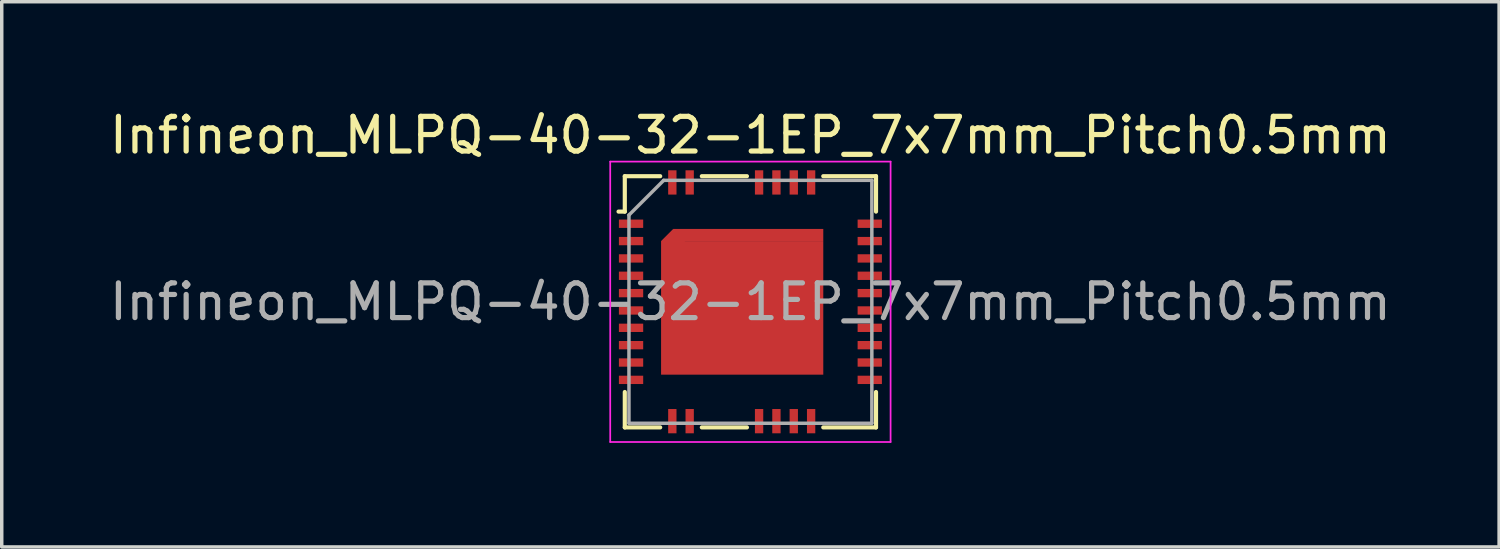
<source format=kicad_pcb>
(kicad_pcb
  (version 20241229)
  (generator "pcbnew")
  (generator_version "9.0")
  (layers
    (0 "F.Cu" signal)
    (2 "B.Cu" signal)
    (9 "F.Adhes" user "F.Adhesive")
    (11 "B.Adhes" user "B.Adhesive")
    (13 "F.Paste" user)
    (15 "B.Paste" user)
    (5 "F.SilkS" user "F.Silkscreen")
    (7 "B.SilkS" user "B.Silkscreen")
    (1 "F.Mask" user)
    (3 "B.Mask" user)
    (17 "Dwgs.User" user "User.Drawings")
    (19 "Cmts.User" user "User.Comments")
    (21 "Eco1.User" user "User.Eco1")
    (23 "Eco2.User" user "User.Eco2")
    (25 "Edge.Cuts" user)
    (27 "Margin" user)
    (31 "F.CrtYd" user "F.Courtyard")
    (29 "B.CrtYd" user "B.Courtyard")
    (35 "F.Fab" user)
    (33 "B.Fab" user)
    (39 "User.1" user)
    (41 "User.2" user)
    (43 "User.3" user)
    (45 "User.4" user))
  (footprint "Infineon_MLPQ-40-32-1EP_7x7mm_Pitch0.5mm"
    (layer "F.Cu")
    (at 18.577 5.648)
    (property "Reference" "Infineon_MLPQ-40-32-1EP_7x7mm_Pitch0.5mm" (at 0 -4.8 0) (layer "F.SilkS") (effects (font (size 1 1) (thickness 0.15))))
    (attr smd)
    (fp_line (start -3.8 -2.6) (end -3.62 -2.6) (stroke (width 0.12) (type solid)) (layer "F.SilkS"))
    (fp_line (start -3.62 -3.62) (end -3.62 -2.6) (stroke (width 0.12) (type solid)) (layer "F.SilkS"))
    (fp_line (start -3.62 3.62) (end -3.62 2.6) (stroke (width 0.12) (type solid)) (layer "F.SilkS"))
    (fp_line (start -2.6 -3.62) (end -3.62 -3.62) (stroke (width 0.12) (type solid)) (layer "F.SilkS"))
    (fp_line (start -2.6 3.62) (end -3.62 3.62) (stroke (width 0.12) (type solid)) (layer "F.SilkS"))
    (fp_line (start -0.1 -3.62) (end -1.4 -3.62) (stroke (width 0.12) (type solid)) (layer "F.SilkS"))
    (fp_line (start -0.1 3.62) (end -1.4 3.62) (stroke (width 0.12) (type solid)) (layer "F.SilkS"))
    (fp_line (start 3.62 -3.62) (end 2.1 -3.62) (stroke (width 0.12) (type solid)) (layer "F.SilkS"))
    (fp_line (start 3.62 -3.62) (end 3.62 -2.6) (stroke (width 0.12) (type solid)) (layer "F.SilkS"))
    (fp_line (start 3.62 3.62) (end 2.1 3.62) (stroke (width 0.12) (type solid)) (layer "F.SilkS"))
    (fp_line (start 3.62 3.62) (end 3.62 2.6) (stroke (width 0.12) (type solid)) (layer "F.SilkS"))
    (fp_line (start -4.04 -4.04) (end 4.04 -4.04) (stroke (width 0.05) (type solid)) (layer "F.CrtYd"))
    (fp_line (start -4.04 4.04) (end -4.04 -4.04) (stroke (width 0.05) (type solid)) (layer "F.CrtYd"))
    (fp_line (start 4.04 -4.04) (end 4.04 4.04) (stroke (width 0.05) (type solid)) (layer "F.CrtYd"))
    (fp_line (start 4.04 4.04) (end -4.04 4.04) (stroke (width 0.05) (type solid)) (layer "F.CrtYd"))
    (fp_line (start -3.5 3.5) (end -3.5 -2.5) (stroke (width 0.1) (type solid)) (layer "F.Fab"))
    (fp_line (start -2.5 -3.5) (end -3.5 -2.5) (stroke (width 0.1) (type solid)) (layer "F.Fab"))
    (fp_line (start -2.5 -3.5) (end 3.5 -3.5) (stroke (width 0.1) (type solid)) (layer "F.Fab"))
    (fp_line (start 3.5 -3.5) (end 3.5 3.5) (stroke (width 0.1) (type solid)) (layer "F.Fab"))
    (fp_line (start 3.5 3.5) (end -3.5 3.5) (stroke (width 0.1) (type solid)) (layer "F.Fab"))
    (fp_text user "${REFERENCE}" (at 0 0 0) (layer "F.Fab") (effects (font (size 1 1) (thickness 0.15))))
    (pad "" smd rect (at -3.425 -2.25) (size 0.65 0.22) (layers "F.Paste"))
    (pad "" smd rect (at -3.425 -1.75) (size 0.65 0.22) (layers "F.Paste"))
    (pad "" smd rect (at -3.425 -1.25) (size 0.65 0.22) (layers "F.Paste"))
    (pad "" smd rect (at -3.425 -0.75) (size 0.65 0.22) (layers "F.Paste"))
    (pad "" smd rect (at -3.425 -0.25) (size 0.65 0.22) (layers "F.Paste"))
    (pad "" smd rect (at -3.425 0.25) (size 0.65 0.22) (layers "F.Paste"))
    (pad "" smd rect (at -3.425 0.75) (size 0.65 0.22) (layers "F.Paste"))
    (pad "" smd rect (at -3.425 1.25) (size 0.65 0.22) (layers "F.Paste"))
    (pad "" smd rect (at -3.425 1.75) (size 0.65 0.22) (layers "F.Paste"))
    (pad "" smd rect (at -3.425 2.25) (size 0.65 0.22) (layers "F.Paste"))
    (pad "" smd rect (at -2.25 -3.425) (size 0.22 0.65) (layers "F.Paste"))
    (pad "" smd rect (at -2.25 3.425) (size 0.22 0.65) (layers "F.Paste"))
    (pad "" smd rect (at -1.796 -1.4) (size 1.2 1.1) (layers "F.Paste"))
    (pad "" smd rect (at -1.796 0) (size 1.2 1.1) (layers "F.Paste"))
    (pad "" smd rect (at -1.796 1.4) (size 1.2 1.1) (layers "F.Paste"))
    (pad "" smd rect (at -1.75 -3.425) (size 0.22 0.65) (layers "F.Paste"))
    (pad "" smd rect (at -1.75 3.425) (size 0.22 0.65) (layers "F.Paste"))
    (pad "" smd rect (at -0.237 -1.4) (size 1.2 1.1) (layers "F.Paste"))
    (pad "" smd rect (at -0.237 0) (size 1.2 1.1) (layers "F.Paste"))
    (pad "" smd rect (at -0.237 1.4) (size 1.2 1.1) (layers "F.Paste"))
    (pad "" smd rect (at 0.25 -3.425) (size 0.22 0.65) (layers "F.Paste"))
    (pad "" smd rect (at 0.25 3.425) (size 0.22 0.65) (layers "F.Paste"))
    (pad "" smd rect (at 0.75 -3.425) (size 0.22 0.65) (layers "F.Paste"))
    (pad "" smd rect (at 0.75 3.425) (size 0.22 0.65) (layers "F.Paste"))
    (pad "" smd rect (at 1.25 -3.425) (size 0.22 0.65) (layers "F.Paste"))
    (pad "" smd rect (at 1.25 3.425) (size 0.22 0.65) (layers "F.Paste"))
    (pad "" smd rect (at 1.321 -1.4) (size 1.2 1.1) (layers "F.Paste"))
    (pad "" smd rect (at 1.321 0) (size 1.2 1.1) (layers "F.Paste"))
    (pad "" smd rect (at 1.321 1.4) (size 1.2 1.1) (layers "F.Paste"))
    (pad "" smd rect (at 1.75 -3.425) (size 0.22 0.65) (layers "F.Paste"))
    (pad "" smd rect (at 1.75 3.425) (size 0.22 0.65) (layers "F.Paste"))
    (pad "" smd rect (at 3.425 -2.25) (size 0.65 0.22) (layers "F.Paste"))
    (pad "" smd rect (at 3.425 -1.75) (size 0.65 0.22) (layers "F.Paste"))
    (pad "" smd rect (at 3.425 -1.25) (size 0.65 0.22) (layers "F.Paste"))
    (pad "" smd rect (at 3.425 -0.75) (size 0.65 0.22) (layers "F.Paste"))
    (pad "" smd rect (at 3.425 -0.25) (size 0.65 0.22) (layers "F.Paste"))
    (pad "" smd rect (at 3.425 0.25) (size 0.65 0.22) (layers "F.Paste"))
    (pad "" smd rect (at 3.425 0.75) (size 0.65 0.22) (layers "F.Paste"))
    (pad "" smd rect (at 3.425 1.25) (size 0.65 0.22) (layers "F.Paste"))
    (pad "" smd rect (at 3.425 1.75) (size 0.65 0.22) (layers "F.Paste"))
    (pad "" smd rect (at 3.425 2.25) (size 0.65 0.22) (layers "F.Paste"))
    (pad "1" smd rect (at -3.44 -2.25) (size 0.7 0.24) (layers "F.Cu" "F.Mask"))
    (pad "2" smd rect (at -3.44 -1.75) (size 0.7 0.24) (layers "F.Cu" "F.Mask"))
    (pad "3" smd rect (at -3.44 -1.25) (size 0.7 0.24) (layers "F.Cu" "F.Mask"))
    (pad "4" smd rect (at -3.44 -0.75) (size 0.7 0.24) (layers "F.Cu" "F.Mask"))
    (pad "5" smd rect (at -3.44 -0.25) (size 0.7 0.24) (layers "F.Cu" "F.Mask"))
    (pad "6" smd rect (at -3.44 0.25) (size 0.7 0.24) (layers "F.Cu" "F.Mask"))
    (pad "7" smd rect (at -3.44 0.75) (size 0.7 0.24) (layers "F.Cu" "F.Mask"))
    (pad "8" smd rect (at -3.44 1.25) (size 0.7 0.24) (layers "F.Cu" "F.Mask"))
    (pad "9" smd rect (at -3.44 1.75) (size 0.7 0.24) (layers "F.Cu" "F.Mask"))
    (pad "10" smd rect (at -3.44 2.25) (size 0.7 0.24) (layers "F.Cu" "F.Mask"))
    (pad "11" smd rect (at -2.25 3.44) (size 0.24 0.7) (layers "F.Cu" "F.Mask"))
    (pad "12" smd rect (at -1.75 3.44) (size 0.24 0.7) (layers "F.Cu" "F.Mask"))
    (pad "13" smd rect (at 0.25 3.44) (size 0.24 0.7) (layers "F.Cu" "F.Mask"))
    (pad "14" smd rect (at 0.75 3.44) (size 0.24 0.7) (layers "F.Cu" "F.Mask"))
    (pad "15" smd rect (at 1.25 3.44) (size 0.24 0.7) (layers "F.Cu" "F.Mask"))
    (pad "16" smd rect (at 1.75 3.44) (size 0.24 0.7) (layers "F.Cu" "F.Mask"))
    (pad "17" smd rect (at 3.44 2.25) (size 0.7 0.24) (layers "F.Cu" "F.Mask"))
    (pad "18" smd rect (at 3.44 1.75) (size 0.7 0.24) (layers "F.Cu" "F.Mask"))
    (pad "19" smd rect (at 3.44 1.25) (size 0.7 0.24) (layers "F.Cu" "F.Mask"))
    (pad "20" smd rect (at 3.44 0.75) (size 0.7 0.24) (layers "F.Cu" "F.Mask"))
    (pad "21" smd rect (at 3.44 0.25) (size 0.7 0.24) (layers "F.Cu" "F.Mask"))
    (pad "22" smd rect (at 3.44 -0.25) (size 0.7 0.24) (layers "F.Cu" "F.Mask"))
    (pad "23" smd rect (at 3.44 -0.75) (size 0.7 0.24) (layers "F.Cu" "F.Mask"))
    (pad "24" smd rect (at 3.44 -1.25) (size 0.7 0.24) (layers "F.Cu" "F.Mask"))
    (pad "25" smd rect (at 3.44 -1.75) (size 0.7 0.24) (layers "F.Cu" "F.Mask"))
    (pad "26" smd rect (at 3.44 -2.25) (size 0.7 0.24) (layers "F.Cu" "F.Mask"))
    (pad "27" smd rect (at 1.75 -3.44) (size 0.24 0.7) (layers "F.Cu" "F.Mask"))
    (pad "28" smd rect (at 1.25 -3.44) (size 0.24 0.7) (layers "F.Cu" "F.Mask"))
    (pad "29" smd rect (at 0.75 -3.44) (size 0.24 0.7) (layers "F.Cu" "F.Mask"))
    (pad "30" smd rect (at 0.25 -3.44) (size 0.24 0.7) (layers "F.Cu" "F.Mask"))
    (pad "31" smd rect (at -1.75 -3.44) (size 0.24 0.7) (layers "F.Cu" "F.Mask"))
    (pad "32" smd rect (at -2.25 -3.44) (size 0.24 0.7) (layers "F.Cu" "F.Mask"))
    (pad "33" smd rect (at -2.225 -1.75 45) (size 0.495 0.495) (layers "F.Cu" "F.Mask"))
    (pad "33" smd rect (at -0.237 0.175) (size 4.675 3.85) (layers "F.Cu" "F.Mask"))
    (pad "33" smd rect (at -0.062 -1.925) (size 4.325 0.35) (layers "F.Cu" "F.Mask")))
  (gr_rect
    (start -3 -3)
    (end 40.155 12.713)
    (stroke (width 0.1) (type default))
    (fill no)
    (layer "Edge.Cuts")))
</source>
